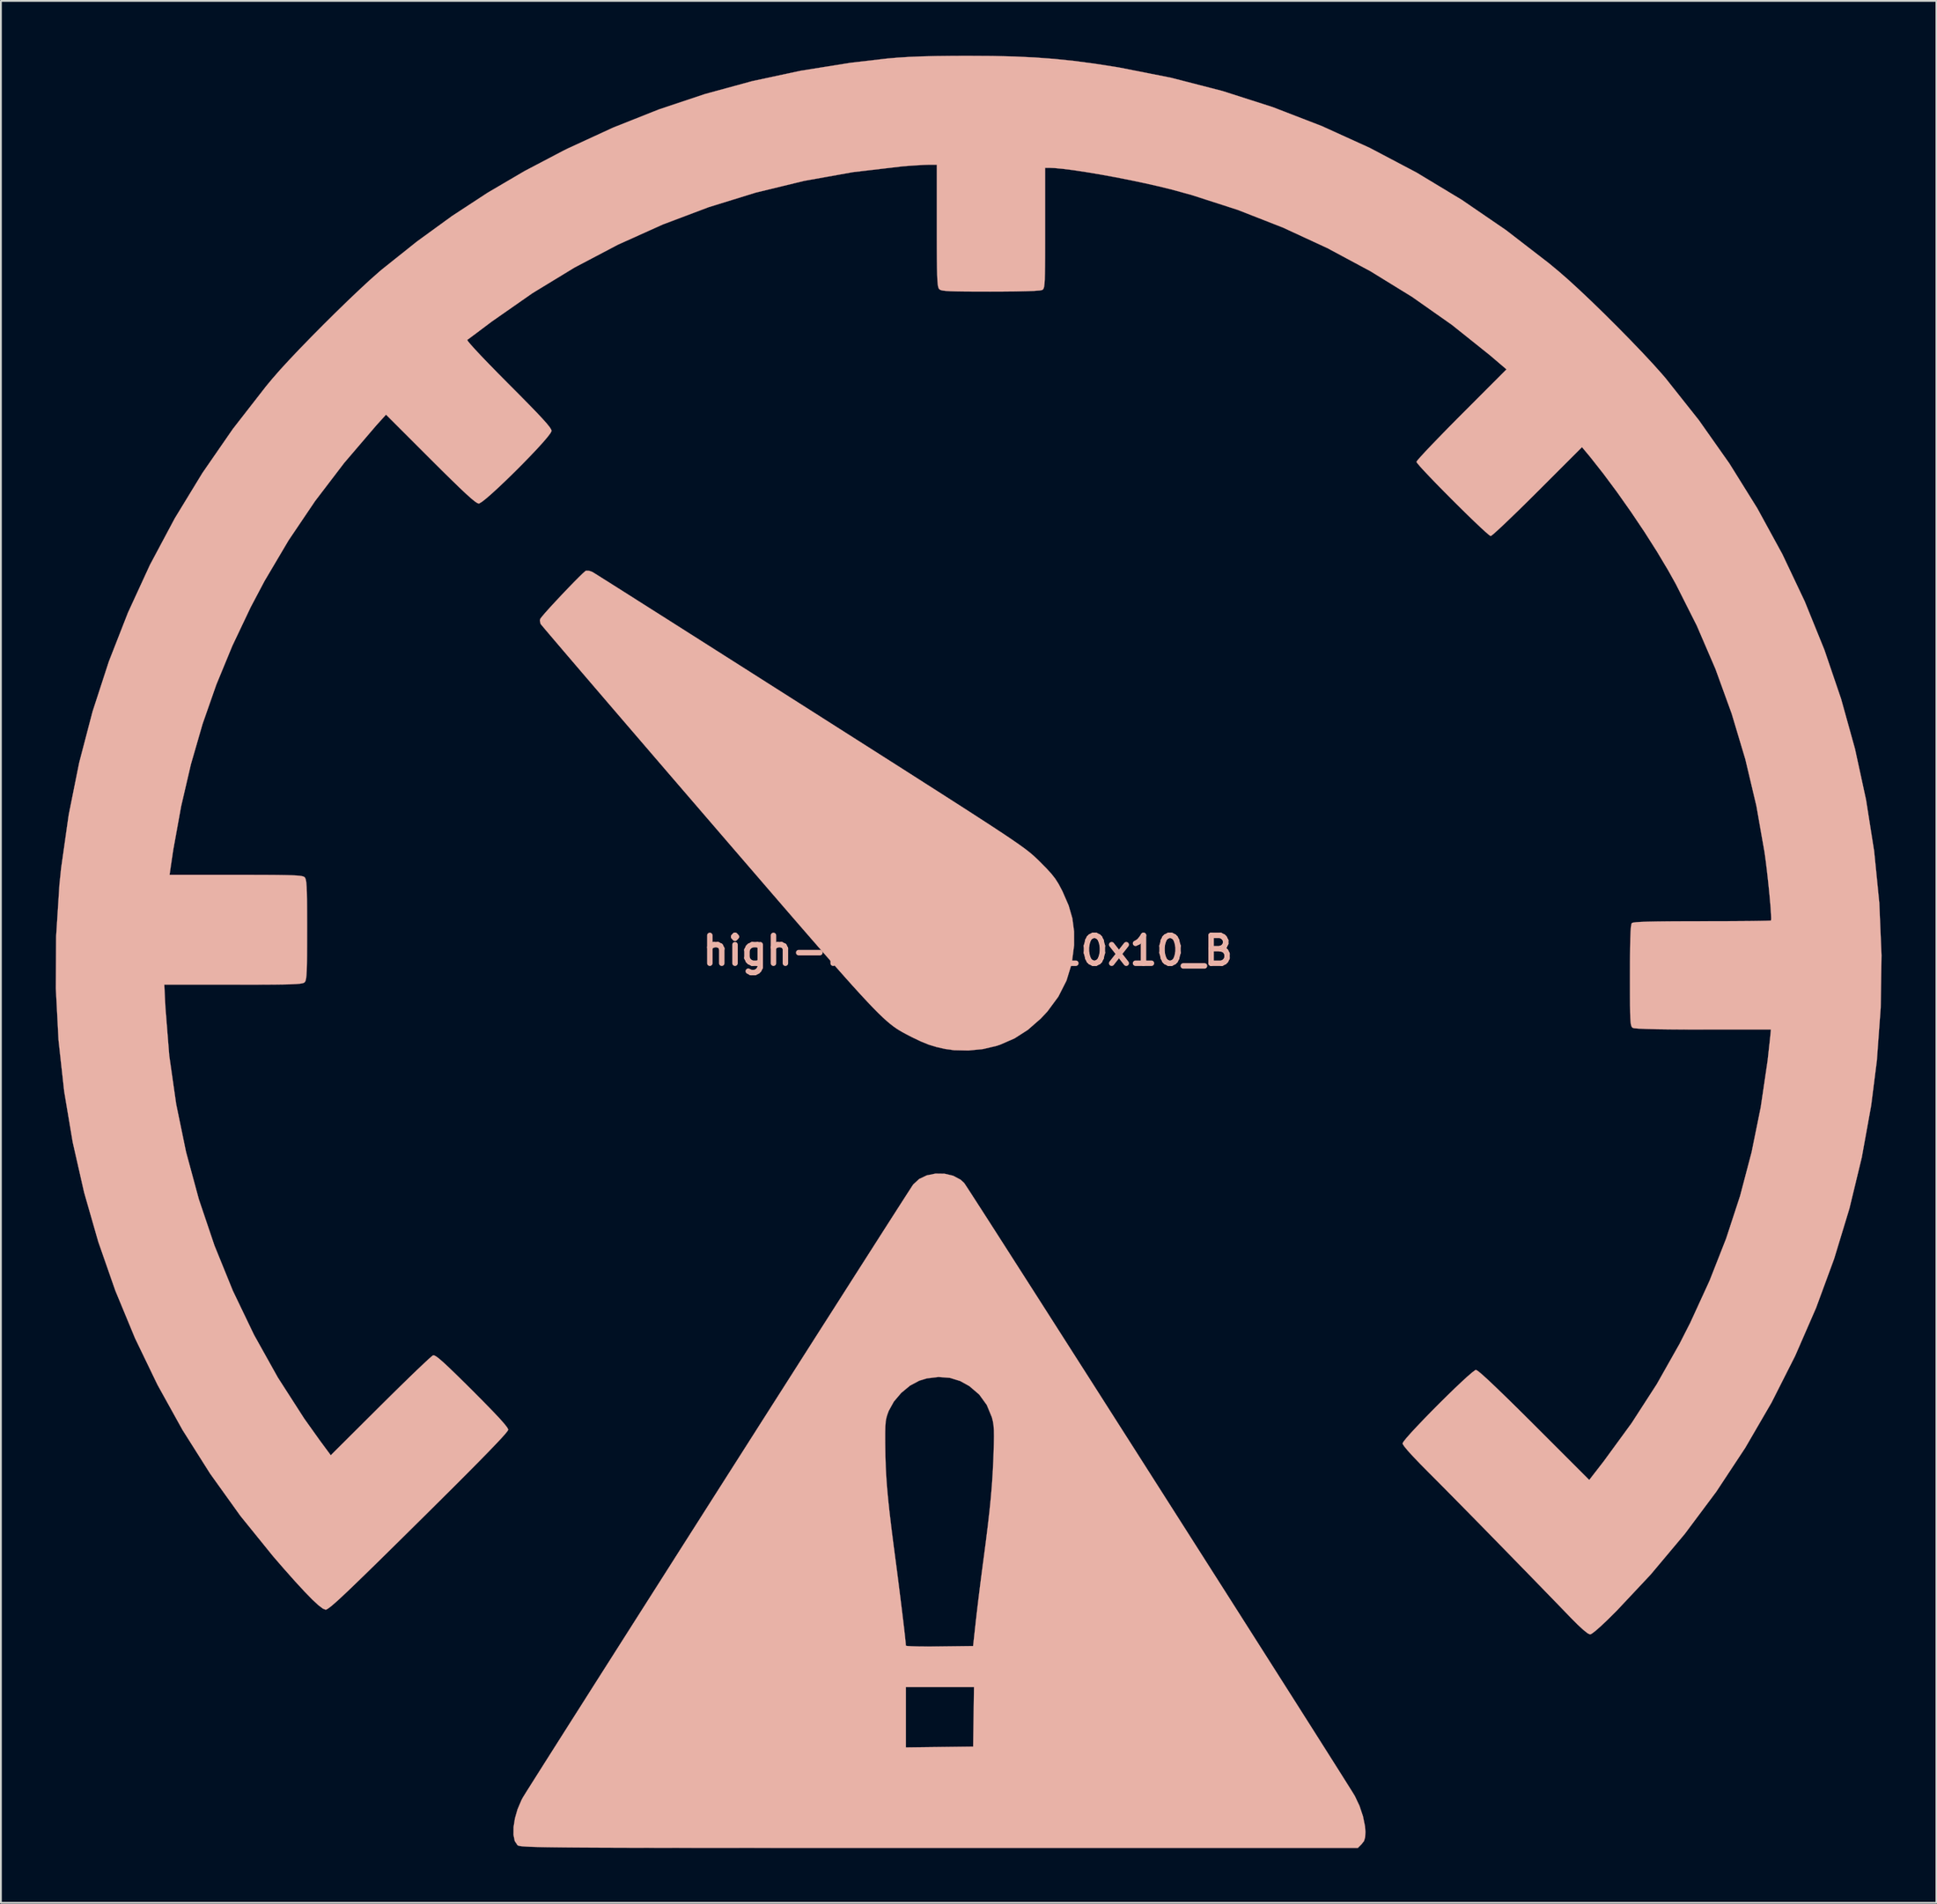
<source format=kicad_pcb>
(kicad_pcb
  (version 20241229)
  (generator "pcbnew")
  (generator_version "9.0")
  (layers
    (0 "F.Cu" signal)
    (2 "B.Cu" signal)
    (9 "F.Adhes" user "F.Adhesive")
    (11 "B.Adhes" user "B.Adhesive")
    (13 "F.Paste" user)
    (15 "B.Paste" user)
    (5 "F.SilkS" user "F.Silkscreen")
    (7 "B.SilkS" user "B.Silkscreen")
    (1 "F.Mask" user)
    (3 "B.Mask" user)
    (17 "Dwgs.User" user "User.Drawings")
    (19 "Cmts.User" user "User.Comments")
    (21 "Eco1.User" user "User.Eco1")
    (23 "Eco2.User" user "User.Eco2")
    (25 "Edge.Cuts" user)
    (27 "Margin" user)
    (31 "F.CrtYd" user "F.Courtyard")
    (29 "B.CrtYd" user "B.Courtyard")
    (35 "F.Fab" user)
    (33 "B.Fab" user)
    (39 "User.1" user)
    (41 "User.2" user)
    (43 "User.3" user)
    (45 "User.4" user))
  (footprint "high-risk-alert_10x10_B"
    (layer "F.Cu")
    (at 49.907 48.977)
    (property "Reference" "high-risk-alert_10x10_B" (at 0 0 0) (layer "B.SilkS") (effects (font (size 1.524 1.524) (thickness 0.3))))
    (attr through_hole)
    (fp_poly (pts (xy -20.715 -20.788) (xy -20.545 -20.727) (xy -20.452 -20.67) (xy -20.224 -20.527) (xy -19.868 -20.303) (xy -19.392 -20.002) (xy -18.805 -19.63) (xy -18.112 -19.191) (xy -17.322 -18.69) (xy -16.443 -18.133) (xy -15.483 -17.523) (xy -14.448 -16.866) (xy -13.347 -16.166) (xy -12.187 -15.429) (xy -10.976 -14.659) (xy -9.722 -13.862) (xy -8.627 -13.166) (xy -7.113 -12.202) (xy -5.735 -11.326) (xy -4.486 -10.531) (xy -3.359 -9.813) (xy -2.348 -9.167) (xy -1.444 -8.59) (xy -0.642 -8.076) (xy 0.065 -7.622) (xy 0.685 -7.221) (xy 1.225 -6.871) (xy 1.69 -6.565) (xy 2.089 -6.301) (xy 2.428 -6.072) (xy 2.714 -5.875) (xy 2.953 -5.705) (xy 3.154 -5.558) (xy 3.322 -5.428) (xy 3.465 -5.312) (xy 3.59 -5.204) (xy 3.703 -5.1) (xy 3.811 -4.997) (xy 3.922 -4.888) (xy 3.942 -4.868) (xy 4.309 -4.498) (xy 4.581 -4.2) (xy 4.791 -3.931) (xy 4.968 -3.651) (xy 5.145 -3.319) (xy 5.195 -3.217) (xy 5.52 -2.47) (xy 5.723 -1.767) (xy 5.817 -1.048) (xy 5.818 -0.296) (xy 5.689 0.702) (xy 5.402 1.64) (xy 4.957 2.517) (xy 4.355 3.333) (xy 3.986 3.725) (xy 3.288 4.335) (xy 2.561 4.801) (xy 1.766 5.148) (xy 1.573 5.212) (xy 0.834 5.385) (xy 0.036 5.466) (xy -0.749 5.449) (xy -1.228 5.382) (xy -1.71 5.274) (xy -2.137 5.144) (xy -2.569 4.969) (xy -3.067 4.729) (xy -3.211 4.655) (xy -3.393 4.56) (xy -3.563 4.468) (xy -3.728 4.373) (xy -3.893 4.269) (xy -4.063 4.15) (xy -4.244 4.01) (xy -4.441 3.844) (xy -4.66 3.644) (xy -4.907 3.406) (xy -5.186 3.123) (xy -5.504 2.789) (xy -5.867 2.398) (xy -6.279 1.945) (xy -6.746 1.423) (xy -7.274 0.826) (xy -7.869 0.148) (xy -8.535 -0.616) (xy -9.279 -1.473) (xy -10.106 -2.429) (xy -11.022 -3.49) (xy -12.031 -4.661) (xy -13.141 -5.948) (xy -14.293 -7.286) (xy -15.283 -8.436) (xy -16.244 -9.552) (xy -17.169 -10.628) (xy -18.053 -11.657) (xy -18.89 -12.631) (xy -19.674 -13.544) (xy -20.399 -14.39) (xy -21.059 -15.16) (xy -21.649 -15.85) (xy -22.162 -16.45) (xy -22.593 -16.956) (xy -22.936 -17.359) (xy -23.185 -17.653) (xy -23.334 -17.832) (xy -23.377 -17.887) (xy -23.415 -18.068) (xy -23.391 -18.16) (xy -23.297 -18.285) (xy -23.112 -18.502) (xy -22.856 -18.787) (xy -22.552 -19.117) (xy -22.221 -19.47) (xy -21.885 -19.823) (xy -21.566 -20.153) (xy -21.285 -20.436) (xy -21.065 -20.65) (xy -20.926 -20.772) (xy -20.896 -20.791) (xy -20.715 -20.788)) (stroke (width 0.01) (type solid)) (fill yes) (layer "B.SilkS"))
    (fp_poly (pts (xy -1.271 12.209) (xy -0.801 12.319) (xy -0.394 12.535) (xy -0.202 12.71) (xy -0.142 12.798) (xy 0.004 13.02) (xy 0.231 13.371) (xy 0.534 13.841) (xy 0.909 14.423) (xy 1.35 15.11) (xy 1.852 15.894) (xy 2.41 16.766) (xy 3.021 17.721) (xy 3.678 18.748) (xy 4.377 19.842) (xy 5.113 20.995) (xy 5.88 22.197) (xy 6.676 23.443) (xy 7.493 24.724) (xy 8.327 26.033) (xy 9.175 27.362) (xy 10.029 28.703) (xy 10.886 30.048) (xy 11.741 31.39) (xy 12.589 32.722) (xy 13.425 34.035) (xy 14.244 35.321) (xy 15.041 36.574) (xy 15.811 37.785) (xy 16.55 38.947) (xy 17.252 40.052) (xy 17.913 41.092) (xy 18.527 42.06) (xy 19.09 42.948) (xy 19.597 43.748) (xy 20.043 44.453) (xy 20.423 45.054) (xy 20.732 45.545) (xy 20.966 45.917) (xy 21.119 46.164) (xy 21.183 46.27) (xy 21.435 46.803) (xy 21.626 47.376) (xy 21.738 47.925) (xy 21.759 48.23) (xy 21.743 48.532) (xy 21.682 48.732) (xy 21.554 48.896) (xy 21.552 48.899) (xy 21.344 49.107) (xy -1.553 49.107) (xy -3.884 49.107) (xy -6.051 49.107) (xy -8.06 49.106) (xy -9.919 49.106) (xy -11.632 49.105) (xy -13.205 49.104) (xy -14.645 49.103) (xy -15.958 49.102) (xy -17.149 49.1) (xy -18.224 49.098) (xy -19.19 49.095) (xy -20.053 49.092) (xy -20.818 49.088) (xy -21.491 49.084) (xy -22.079 49.079) (xy -22.587 49.073) (xy -23.022 49.067) (xy -23.389 49.06) (xy -23.694 49.052) (xy -23.943 49.044) (xy -24.143 49.034) (xy -24.299 49.024) (xy -24.417 49.013) (xy -24.504 49.001) (xy -24.565 48.988) (xy -24.606 48.974) (xy -24.633 48.958) (xy -24.64 48.953) (xy -24.789 48.731) (xy -24.859 48.392) (xy -24.855 47.968) (xy -24.779 47.49) (xy -24.635 46.989) (xy -24.426 46.498) (xy -24.351 46.355) (xy -24.284 46.246) (xy -24.132 46.002) (xy -23.898 45.631) (xy -23.589 45.142) (xy -23.209 44.541) (xy -22.762 43.836) (xy -22.255 43.036) (xy -21.691 42.147) (xy -21.075 41.178) (xy -20.519 40.301) (xy -3.387 40.301) (xy -3.387 43.607) (xy 0.296 43.561) (xy 0.319 41.931) (xy 0.342 40.301) (xy -3.387 40.301) (xy -20.519 40.301) (xy -20.414 40.136) (xy -19.71 39.029) (xy -18.97 37.865) (xy -18.199 36.652) (xy -17.4 35.397) (xy -16.58 34.108) (xy -15.743 32.792) (xy -14.894 31.458) (xy -14.038 30.113) (xy -13.18 28.765) (xy -12.324 27.422) (xy -11.66 26.379) (xy -4.519 26.379) (xy -4.519 26.842) (xy -4.516 27.114) (xy -4.507 27.698) (xy -4.488 28.256) (xy -4.459 28.815) (xy -4.416 29.4) (xy -4.357 30.036) (xy -4.281 30.748) (xy -4.184 31.56) (xy -4.065 32.498) (xy -3.974 33.189) (xy -3.88 33.906) (xy -3.787 34.63) (xy -3.698 35.337) (xy -3.615 36.007) (xy -3.541 36.619) (xy -3.478 37.149) (xy -3.43 37.577) (xy -3.399 37.88) (xy -3.387 38.038) (xy -3.387 38.038) (xy -3.307 38.056) (xy -3.081 38.07) (xy -2.734 38.08) (xy -2.292 38.084) (xy -1.777 38.083) (xy -1.547 38.08) (xy 0.293 38.058) (xy 0.441 36.703) (xy 0.5 36.19) (xy 0.575 35.56) (xy 0.661 34.867) (xy 0.751 34.161) (xy 0.838 33.494) (xy 0.847 33.431) (xy 0.985 32.379) (xy 1.099 31.466) (xy 1.191 30.66) (xy 1.263 29.934) (xy 1.32 29.259) (xy 1.363 28.604) (xy 1.396 27.942) (xy 1.409 27.601) (xy 1.427 27.02) (xy 1.434 26.576) (xy 1.429 26.238) (xy 1.41 25.976) (xy 1.375 25.759) (xy 1.324 25.555) (xy 1.319 25.538) (xy 1.041 24.865) (xy 0.629 24.295) (xy 0.087 23.832) (xy -0.413 23.554) (xy -0.975 23.381) (xy -1.602 23.333) (xy -2.239 23.41) (xy -2.652 23.534) (xy -3.163 23.807) (xy -3.642 24.204) (xy -4.045 24.679) (xy -4.326 25.188) (xy -4.401 25.389) (xy -4.455 25.574) (xy -4.491 25.779) (xy -4.511 26.036) (xy -4.519 26.379) (xy -11.66 26.379) (xy -11.477 26.091) (xy -10.642 24.781) (xy -9.824 23.498) (xy -9.029 22.25) (xy -8.262 21.046) (xy -7.526 19.894) (xy -6.828 18.8) (xy -6.173 17.772) (xy -5.564 16.819) (xy -5.007 15.947) (xy -4.508 15.166) (xy -4.07 14.482) (xy -3.699 13.903) (xy -3.4 13.437) (xy -3.177 13.092) (xy -3.037 12.875) (xy -2.984 12.797) (xy -2.661 12.498) (xy -2.241 12.299) (xy -1.765 12.202) (xy -1.271 12.209)) (stroke (width 0.01) (type solid)) (fill yes) (layer "B.SilkS"))
    (fp_poly (pts (xy 1.339 -48.964) (xy 2.549 -48.935) (xy 3.668 -48.882) (xy 4.736 -48.803) (xy 5.79 -48.694) (xy 6.871 -48.553) (xy 8.018 -48.376) (xy 8.255 -48.337) (xy 11.122 -47.772) (xy 13.934 -47.047) (xy 16.686 -46.165) (xy 19.376 -45.126) (xy 22.001 -43.932) (xy 24.557 -42.584) (xy 27.041 -41.084) (xy 29.451 -39.434) (xy 31.783 -37.634) (xy 32.343 -37.17) (xy 32.86 -36.719) (xy 33.463 -36.166) (xy 34.128 -35.537) (xy 34.829 -34.855) (xy 35.54 -34.147) (xy 36.237 -33.438) (xy 36.894 -32.754) (xy 37.487 -32.118) (xy 37.989 -31.557) (xy 38.186 -31.327) (xy 40.004 -29.035) (xy 41.676 -26.662) (xy 43.201 -24.213) (xy 44.576 -21.695) (xy 45.8 -19.112) (xy 46.872 -16.471) (xy 47.789 -13.779) (xy 48.55 -11.04) (xy 49.153 -8.262) (xy 49.597 -5.45) (xy 49.88 -2.609) (xy 50 0.253) (xy 49.956 3.131) (xy 49.745 6.019) (xy 49.436 8.467) (xy 48.921 11.314) (xy 48.244 14.115) (xy 47.409 16.862) (xy 46.419 19.552) (xy 45.275 22.178) (xy 43.982 24.734) (xy 42.541 27.214) (xy 40.957 29.614) (xy 39.231 31.926) (xy 37.367 34.147) (xy 35.515 36.12) (xy 35.032 36.6) (xy 34.636 36.976) (xy 34.333 37.241) (xy 34.132 37.39) (xy 34.053 37.423) (xy 33.918 37.359) (xy 33.687 37.176) (xy 33.37 36.883) (xy 33.002 36.513) (xy 32.336 35.824) (xy 31.62 35.086) (xy 30.871 34.315) (xy 30.103 33.527) (xy 29.333 32.737) (xy 28.575 31.962) (xy 27.846 31.217) (xy 27.16 30.519) (xy 26.533 29.882) (xy 25.982 29.324) (xy 25.52 28.859) (xy 25.237 28.576) (xy 24.76 28.094) (xy 24.368 27.684) (xy 24.069 27.355) (xy 23.875 27.118) (xy 23.793 26.984) (xy 23.791 26.971) (xy 23.85 26.865) (xy 24.014 26.661) (xy 24.267 26.376) (xy 24.59 26.028) (xy 24.966 25.634) (xy 25.377 25.212) (xy 25.805 24.781) (xy 26.234 24.357) (xy 26.645 23.957) (xy 27.021 23.601) (xy 27.344 23.305) (xy 27.597 23.087) (xy 27.762 22.965) (xy 27.81 22.945) (xy 27.915 23.006) (xy 28.136 23.188) (xy 28.469 23.49) (xy 28.913 23.91) (xy 29.467 24.446) (xy 30.129 25.096) (xy 30.897 25.859) (xy 30.995 25.957) (xy 34.008 28.97) (xy 34.804 27.942) (xy 36.328 25.855) (xy 37.703 23.726) (xy 38.948 21.521) (xy 39.538 20.362) (xy 40.592 18.064) (xy 41.499 15.756) (xy 42.264 13.418) (xy 42.893 11.028) (xy 43.393 8.565) (xy 43.77 6.009) (xy 43.898 4.847) (xy 43.95 4.318) (xy 40.258 4.318) (xy 39.257 4.316) (xy 38.398 4.31) (xy 37.685 4.3) (xy 37.124 4.286) (xy 36.718 4.268) (xy 36.473 4.247) (xy 36.401 4.23) (xy 36.356 4.2) (xy 36.321 4.149) (xy 36.293 4.06) (xy 36.272 3.916) (xy 36.257 3.699) (xy 36.247 3.392) (xy 36.241 2.976) (xy 36.238 2.435) (xy 36.237 1.75) (xy 36.237 1.369) (xy 36.239 0.544) (xy 36.245 -0.124) (xy 36.255 -0.646) (xy 36.27 -1.034) (xy 36.29 -1.3) (xy 36.316 -1.455) (xy 36.339 -1.507) (xy 36.41 -1.533) (xy 36.576 -1.555) (xy 36.845 -1.572) (xy 37.23 -1.586) (xy 37.74 -1.596) (xy 38.388 -1.603) (xy 39.182 -1.607) (xy 40.135 -1.609) (xy 40.177 -1.609) (xy 40.956 -1.61) (xy 41.682 -1.612) (xy 42.337 -1.616) (xy 42.904 -1.621) (xy 43.366 -1.628) (xy 43.706 -1.635) (xy 43.906 -1.643) (xy 43.954 -1.649) (xy 43.964 -1.749) (xy 43.956 -1.99) (xy 43.933 -2.345) (xy 43.896 -2.788) (xy 43.849 -3.291) (xy 43.793 -3.827) (xy 43.732 -4.37) (xy 43.668 -4.893) (xy 43.603 -5.369) (xy 43.602 -5.376) (xy 43.153 -7.931) (xy 42.551 -10.469) (xy 41.802 -12.971) (xy 40.915 -15.415) (xy 39.895 -17.784) (xy 38.75 -20.056) (xy 38.319 -20.828) (xy 37.715 -21.839) (xy 37.031 -22.914) (xy 36.295 -24.01) (xy 35.535 -25.088) (xy 34.78 -26.104) (xy 34.06 -27.018) (xy 33.887 -27.226) (xy 33.611 -27.557) (xy 31.177 -25.124) (xy 30.646 -24.596) (xy 30.149 -24.107) (xy 29.698 -23.671) (xy 29.309 -23.299) (xy 28.993 -23.005) (xy 28.764 -22.801) (xy 28.636 -22.7) (xy 28.616 -22.691) (xy 28.525 -22.749) (xy 28.334 -22.912) (xy 28.06 -23.163) (xy 27.722 -23.484) (xy 27.335 -23.858) (xy 26.918 -24.268) (xy 26.487 -24.696) (xy 26.061 -25.126) (xy 25.655 -25.539) (xy 25.289 -25.919) (xy 24.978 -26.248) (xy 24.741 -26.508) (xy 24.594 -26.684) (xy 24.553 -26.752) (xy 24.611 -26.837) (xy 24.777 -27.027) (xy 25.038 -27.311) (xy 25.381 -27.674) (xy 25.795 -28.103) (xy 26.265 -28.585) (xy 26.781 -29.107) (xy 27.017 -29.344) (xy 29.48 -31.812) (xy 28.562 -32.595) (xy 26.493 -34.248) (xy 24.315 -35.779) (xy 22.039 -37.181) (xy 19.681 -38.447) (xy 17.254 -39.569) (xy 14.772 -40.541) (xy 12.248 -41.355) (xy 11.164 -41.653) (xy 10.464 -41.825) (xy 9.7 -41.998) (xy 8.897 -42.167) (xy 8.082 -42.327) (xy 7.28 -42.474) (xy 6.518 -42.602) (xy 5.823 -42.708) (xy 5.221 -42.785) (xy 4.738 -42.831) (xy 4.477 -42.841) (xy 4.233 -42.841) (xy 4.233 -39.542) (xy 4.233 -38.708) (xy 4.232 -38.026) (xy 4.228 -37.482) (xy 4.222 -37.059) (xy 4.213 -36.741) (xy 4.199 -36.512) (xy 4.181 -36.356) (xy 4.156 -36.257) (xy 4.125 -36.199) (xy 4.087 -36.166) (xy 4.07 -36.156) (xy 3.933 -36.129) (xy 3.638 -36.107) (xy 3.193 -36.09) (xy 2.608 -36.077) (xy 1.894 -36.07) (xy 1.239 -36.068) (xy 0.484 -36.069) (xy -0.119 -36.072) (xy -0.588 -36.079) (xy -0.942 -36.089) (xy -1.197 -36.105) (xy -1.371 -36.126) (xy -1.482 -36.154) (xy -1.547 -36.189) (xy -1.56 -36.201) (xy -1.594 -36.252) (xy -1.622 -36.34) (xy -1.644 -36.48) (xy -1.661 -36.69) (xy -1.674 -36.984) (xy -1.683 -37.378) (xy -1.689 -37.889) (xy -1.692 -38.531) (xy -1.693 -39.32) (xy -1.693 -39.672) (xy -1.693 -43.011) (xy -2.138 -43.01) (xy -2.409 -43.002) (xy -2.791 -42.981) (xy -3.229 -42.951) (xy -3.556 -42.925) (xy -6.282 -42.606) (xy -8.964 -42.126) (xy -11.597 -41.487) (xy -14.175 -40.69) (xy -16.692 -39.74) (xy -19.143 -38.636) (xy -21.522 -37.383) (xy -23.823 -35.981) (xy -26.041 -34.433) (xy -26.161 -34.343) (xy -26.545 -34.055) (xy -26.884 -33.8) (xy -27.155 -33.598) (xy -27.332 -33.466) (xy -27.389 -33.424) (xy -27.351 -33.352) (xy -27.202 -33.173) (xy -26.955 -32.898) (xy -26.62 -32.54) (xy -26.206 -32.109) (xy -25.727 -31.618) (xy -25.191 -31.077) (xy -25.125 -31.011) (xy -24.501 -30.384) (xy -23.991 -29.865) (xy -23.583 -29.444) (xy -23.27 -29.11) (xy -23.042 -28.854) (xy -22.89 -28.665) (xy -22.804 -28.533) (xy -22.775 -28.449) (xy -22.775 -28.445) (xy -22.835 -28.322) (xy -23.001 -28.103) (xy -23.256 -27.805) (xy -23.582 -27.447) (xy -23.961 -27.047) (xy -24.375 -26.622) (xy -24.805 -26.191) (xy -25.235 -25.771) (xy -25.645 -25.381) (xy -26.018 -25.038) (xy -26.336 -24.76) (xy -26.58 -24.567) (xy -26.733 -24.474) (xy -26.758 -24.469) (xy -26.842 -24.497) (xy -26.978 -24.589) (xy -27.177 -24.752) (xy -27.448 -24.995) (xy -27.8 -25.326) (xy -28.242 -25.755) (xy -28.784 -26.288) (xy -29.4 -26.902) (xy -31.834 -29.335) (xy -32.364 -28.749) (xy -34.118 -26.699) (xy -35.715 -24.606) (xy -37.167 -22.454) (xy -38.483 -20.228) (xy -39.24 -18.796) (xy -40.244 -16.681) (xy -41.119 -14.56) (xy -41.872 -12.408) (xy -42.511 -10.199) (xy -43.044 -7.907) (xy -43.479 -5.506) (xy -43.633 -4.466) (xy -43.677 -4.149) (xy -40.048 -4.149) (xy -39.158 -4.148) (xy -38.422 -4.146) (xy -37.825 -4.142) (xy -37.352 -4.135) (xy -36.989 -4.125) (xy -36.719 -4.111) (xy -36.529 -4.094) (xy -36.402 -4.071) (xy -36.324 -4.043) (xy -36.286 -4.016) (xy -36.249 -3.96) (xy -36.219 -3.865) (xy -36.196 -3.713) (xy -36.179 -3.486) (xy -36.167 -3.166) (xy -36.159 -2.737) (xy -36.155 -2.181) (xy -36.153 -1.48) (xy -36.153 -1.143) (xy -36.154 -0.377) (xy -36.157 0.237) (xy -36.163 0.717) (xy -36.173 1.079) (xy -36.188 1.343) (xy -36.209 1.524) (xy -36.235 1.641) (xy -36.269 1.71) (xy -36.286 1.73) (xy -36.334 1.762) (xy -36.418 1.788) (xy -36.552 1.81) (xy -36.752 1.827) (xy -37.032 1.84) (xy -37.407 1.849) (xy -37.892 1.856) (xy -38.501 1.86) (xy -39.249 1.862) (xy -40.151 1.863) (xy -40.193 1.863) (xy -43.967 1.863) (xy -43.909 3.069) (xy -43.696 5.744) (xy -43.317 8.398) (xy -42.776 11.02) (xy -42.077 13.603) (xy -41.222 16.138) (xy -40.215 18.615) (xy -39.058 21.025) (xy -37.755 23.36) (xy -36.309 25.611) (xy -35.473 26.784) (xy -34.857 27.618) (xy -32.14 24.911) (xy -31.576 24.352) (xy -31.044 23.829) (xy -30.558 23.355) (xy -30.13 22.942) (xy -29.772 22.603) (xy -29.499 22.349) (xy -29.322 22.194) (xy -29.259 22.149) (xy -29.192 22.154) (xy -29.083 22.213) (xy -28.923 22.334) (xy -28.698 22.53) (xy -28.398 22.809) (xy -28.011 23.182) (xy -27.526 23.659) (xy -27.121 24.061) (xy -26.509 24.677) (xy -26.016 25.182) (xy -25.637 25.583) (xy -25.37 25.884) (xy -25.208 26.09) (xy -25.147 26.207) (xy -25.146 26.216) (xy -25.187 26.293) (xy -25.312 26.449) (xy -25.525 26.688) (xy -25.831 27.014) (xy -26.233 27.432) (xy -26.736 27.946) (xy -27.344 28.56) (xy -28.06 29.278) (xy -28.89 30.104) (xy -29.836 31.043) (xy -30.03 31.234) (xy -30.937 32.132) (xy -31.732 32.916) (xy -32.422 33.594) (xy -33.015 34.173) (xy -33.517 34.659) (xy -33.936 35.061) (xy -34.279 35.384) (xy -34.554 35.635) (xy -34.768 35.822) (xy -34.929 35.951) (xy -35.043 36.03) (xy -35.117 36.065) (xy -35.139 36.068) (xy -35.291 36.007) (xy -35.533 35.824) (xy -35.865 35.516) (xy -36.29 35.08) (xy -36.811 34.515) (xy -37.429 33.819) (xy -38.011 33.147) (xy -39.802 30.934) (xy -41.455 28.627) (xy -42.968 26.233) (xy -44.339 23.76) (xy -45.566 21.216) (xy -46.645 18.609) (xy -47.575 15.945) (xy -48.353 13.234) (xy -48.978 10.483) (xy -49.445 7.699) (xy -49.754 4.89) (xy -49.902 2.064) (xy -49.886 -0.771) (xy -49.704 -3.609) (xy -49.609 -4.53) (xy -49.197 -7.434) (xy -48.624 -10.286) (xy -47.892 -13.083) (xy -47.001 -15.822) (xy -45.953 -18.5) (xy -44.75 -21.115) (xy -43.391 -23.663) (xy -41.879 -26.143) (xy -40.215 -28.551) (xy -38.399 -30.885) (xy -38.031 -31.327) (xy -37.632 -31.784) (xy -37.131 -32.329) (xy -36.552 -32.94) (xy -35.917 -33.594) (xy -35.249 -34.268) (xy -34.571 -34.94) (xy -33.907 -35.586) (xy -33.277 -36.184) (xy -32.707 -36.712) (xy -32.217 -37.145) (xy -32.046 -37.29) (xy -30.13 -38.818) (xy -28.218 -40.207) (xy -26.273 -41.48) (xy -24.259 -42.662) (xy -22.137 -43.777) (xy -21.886 -43.901) (xy -19.405 -45.044) (xy -16.908 -46.036) (xy -14.379 -46.881) (xy -11.8 -47.585) (xy -9.152 -48.153) (xy -6.418 -48.59) (xy -4.403 -48.824) (xy -3.831 -48.873) (xy -3.215 -48.912) (xy -2.529 -48.94) (xy -1.748 -48.959) (xy -0.845 -48.969) (xy 0 -48.972) (xy 1.339 -48.964)) (stroke (width 0.01) (type solid)) (fill yes) (layer "B.SilkS")))
  (gr_rect
    (start -3 -3)
    (end 102.912 101.089)
    (stroke (width 0.1) (type default))
    (fill no)
    (layer "Edge.Cuts")))
</source>
